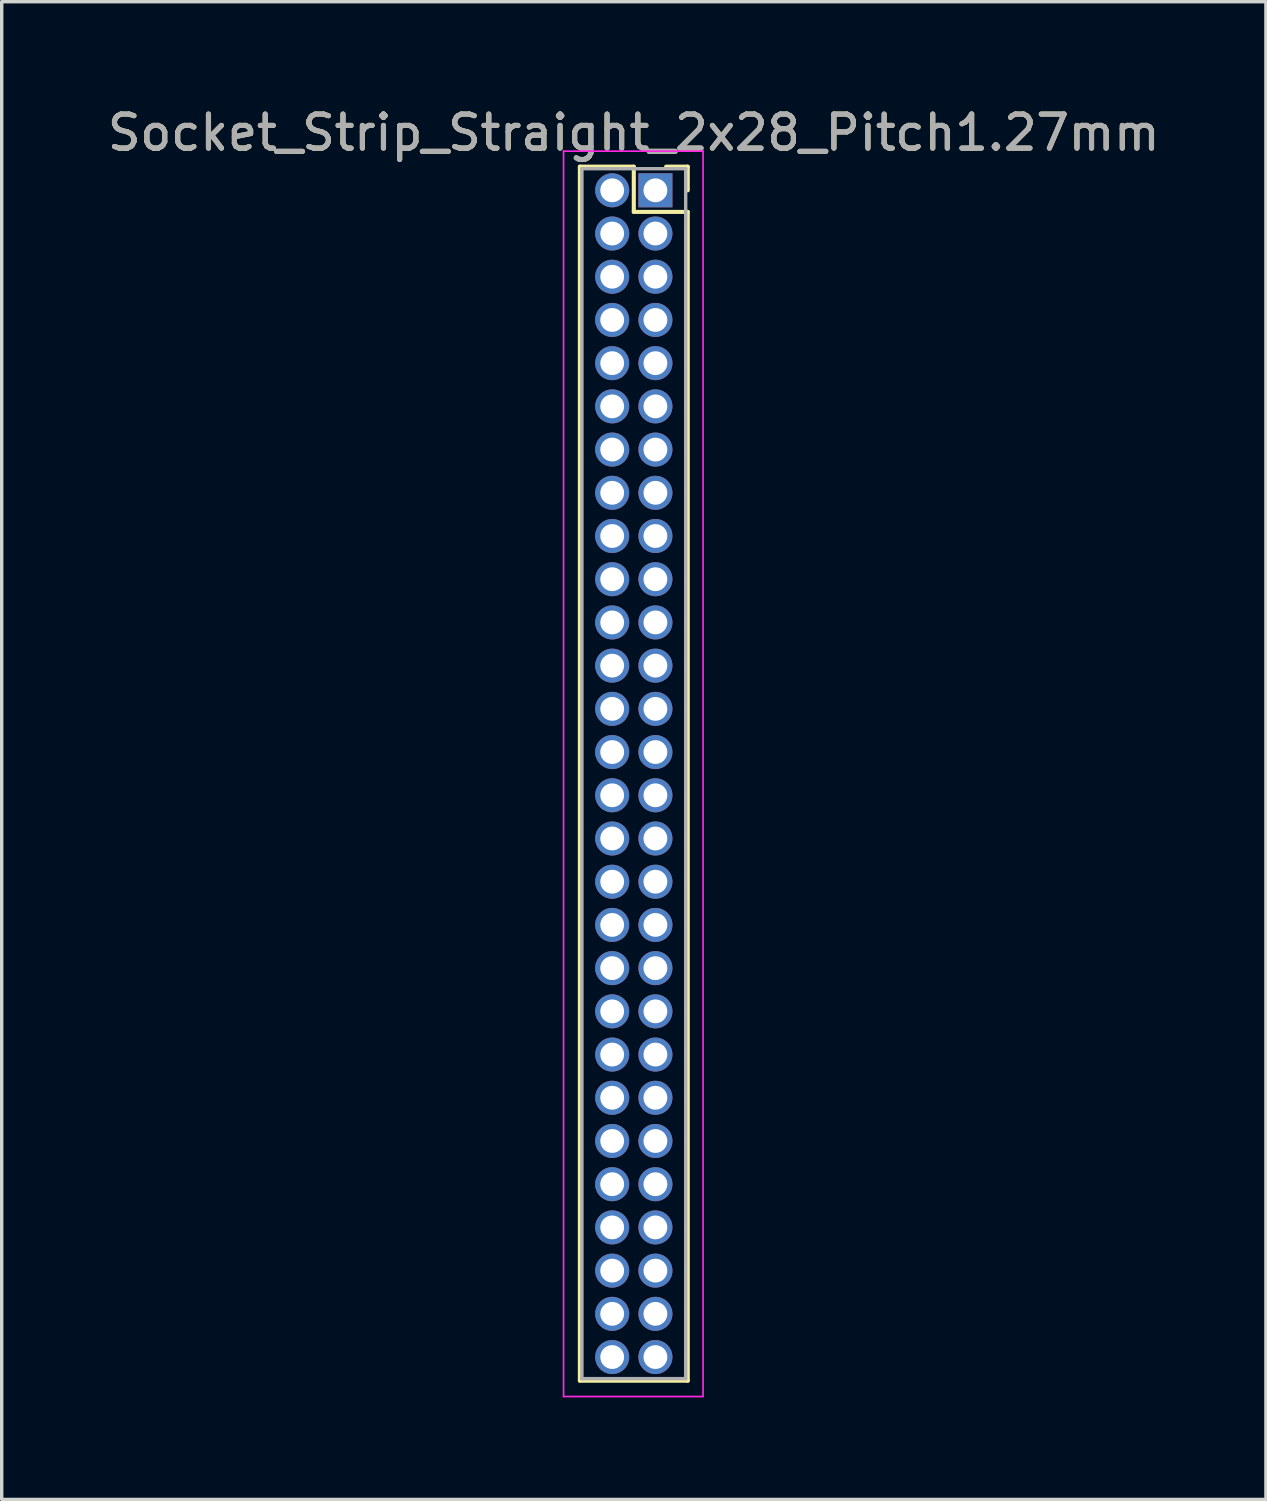
<source format=kicad_pcb>
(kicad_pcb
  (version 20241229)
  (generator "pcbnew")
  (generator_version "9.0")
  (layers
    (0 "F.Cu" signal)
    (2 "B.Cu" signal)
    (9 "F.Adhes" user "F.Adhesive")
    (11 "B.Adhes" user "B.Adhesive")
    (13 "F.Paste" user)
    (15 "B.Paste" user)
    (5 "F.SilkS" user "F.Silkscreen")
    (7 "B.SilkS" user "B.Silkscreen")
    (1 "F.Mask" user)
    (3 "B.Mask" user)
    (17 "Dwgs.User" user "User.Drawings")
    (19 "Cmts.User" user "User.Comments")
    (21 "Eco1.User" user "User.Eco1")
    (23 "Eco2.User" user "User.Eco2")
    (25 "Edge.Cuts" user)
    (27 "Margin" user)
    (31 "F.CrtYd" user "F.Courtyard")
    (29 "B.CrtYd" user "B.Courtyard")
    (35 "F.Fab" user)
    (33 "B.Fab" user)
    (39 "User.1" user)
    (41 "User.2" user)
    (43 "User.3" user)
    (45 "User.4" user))
  (footprint "Socket_Strip_Straight_2x28_Pitch1.27mm"
    (layer "F.Cu")
    (at 16.212 2.543)
    (property "Reference" "Socket_Strip_Straight_2x28_Pitch1.27mm" (at -0.635 -1.695 0) (layer "F.SilkS") (effects (font (size 1 1) (thickness 0.15))))
    (attr through_hole)
    (fp_line (start -2.22 -0.695) (end -0.635 -0.695) (stroke (width 0.12) (type solid)) (layer "F.SilkS"))
    (fp_line (start -2.22 34.985) (end -2.22 -0.695) (stroke (width 0.12) (type solid)) (layer "F.SilkS"))
    (fp_line (start -0.635 -0.695) (end -0.635 0.635) (stroke (width 0.12) (type solid)) (layer "F.SilkS"))
    (fp_line (start -0.635 0.635) (end 0.95 0.635) (stroke (width 0.12) (type solid)) (layer "F.SilkS"))
    (fp_line (start 0.95 -0.695) (end 0.315 -0.695) (stroke (width 0.12) (type solid)) (layer "F.SilkS"))
    (fp_line (start 0.95 0) (end 0.95 -0.695) (stroke (width 0.12) (type solid)) (layer "F.SilkS"))
    (fp_line (start 0.95 0.635) (end 0.95 34.985) (stroke (width 0.12) (type solid)) (layer "F.SilkS"))
    (fp_line (start 0.95 34.985) (end -2.22 34.985) (stroke (width 0.12) (type solid)) (layer "F.SilkS"))
    (fp_line (start -2.7 -1.15) (end -2.7 35.45) (stroke (width 0.05) (type solid)) (layer "F.CrtYd"))
    (fp_line (start -2.7 35.45) (end 1.4 35.45) (stroke (width 0.05) (type solid)) (layer "F.CrtYd"))
    (fp_line (start 1.4 -1.15) (end -2.7 -1.15) (stroke (width 0.05) (type solid)) (layer "F.CrtYd"))
    (fp_line (start 1.4 35.45) (end 1.4 -1.15) (stroke (width 0.05) (type solid)) (layer "F.CrtYd"))
    (fp_line (start -2.16 -0.635) (end -2.16 34.925) (stroke (width 0.1) (type solid)) (layer "F.Fab"))
    (fp_line (start -2.16 34.925) (end 0.89 34.925) (stroke (width 0.1) (type solid)) (layer "F.Fab"))
    (fp_line (start 0.89 -0.635) (end -2.16 -0.635) (stroke (width 0.1) (type solid)) (layer "F.Fab"))
    (fp_line (start 0.89 34.925) (end 0.89 -0.635) (stroke (width 0.1) (type solid)) (layer "F.Fab"))
    (fp_text user "${REFERENCE}" (at -0.635 -1.695 0) (layer "F.Fab") (effects (font (size 1 1) (thickness 0.15))))
    (pad "1" thru_hole rect (at 0 0) (size 1 1) (drill 0.7) (layers "*.Cu" "*.Mask"))
    (pad "2" thru_hole oval (at -1.27 0) (size 1 1) (drill 0.7) (layers "*.Cu" "*.Mask"))
    (pad "3" thru_hole oval (at 0 1.27) (size 1 1) (drill 0.7) (layers "*.Cu" "*.Mask"))
    (pad "4" thru_hole oval (at -1.27 1.27) (size 1 1) (drill 0.7) (layers "*.Cu" "*.Mask"))
    (pad "5" thru_hole oval (at 0 2.54) (size 1 1) (drill 0.7) (layers "*.Cu" "*.Mask"))
    (pad "6" thru_hole oval (at -1.27 2.54) (size 1 1) (drill 0.7) (layers "*.Cu" "*.Mask"))
    (pad "7" thru_hole oval (at 0 3.81) (size 1 1) (drill 0.7) (layers "*.Cu" "*.Mask"))
    (pad "8" thru_hole oval (at -1.27 3.81) (size 1 1) (drill 0.7) (layers "*.Cu" "*.Mask"))
    (pad "9" thru_hole oval (at 0 5.08) (size 1 1) (drill 0.7) (layers "*.Cu" "*.Mask"))
    (pad "10" thru_hole oval (at -1.27 5.08) (size 1 1) (drill 0.7) (layers "*.Cu" "*.Mask"))
    (pad "11" thru_hole oval (at 0 6.35) (size 1 1) (drill 0.7) (layers "*.Cu" "*.Mask"))
    (pad "12" thru_hole oval (at -1.27 6.35) (size 1 1) (drill 0.7) (layers "*.Cu" "*.Mask"))
    (pad "13" thru_hole oval (at 0 7.62) (size 1 1) (drill 0.7) (layers "*.Cu" "*.Mask"))
    (pad "14" thru_hole oval (at -1.27 7.62) (size 1 1) (drill 0.7) (layers "*.Cu" "*.Mask"))
    (pad "15" thru_hole oval (at 0 8.89) (size 1 1) (drill 0.7) (layers "*.Cu" "*.Mask"))
    (pad "16" thru_hole oval (at -1.27 8.89) (size 1 1) (drill 0.7) (layers "*.Cu" "*.Mask"))
    (pad "17" thru_hole oval (at 0 10.16) (size 1 1) (drill 0.7) (layers "*.Cu" "*.Mask"))
    (pad "18" thru_hole oval (at -1.27 10.16) (size 1 1) (drill 0.7) (layers "*.Cu" "*.Mask"))
    (pad "19" thru_hole oval (at 0 11.43) (size 1 1) (drill 0.7) (layers "*.Cu" "*.Mask"))
    (pad "20" thru_hole oval (at -1.27 11.43) (size 1 1) (drill 0.7) (layers "*.Cu" "*.Mask"))
    (pad "21" thru_hole oval (at 0 12.7) (size 1 1) (drill 0.7) (layers "*.Cu" "*.Mask"))
    (pad "22" thru_hole oval (at -1.27 12.7) (size 1 1) (drill 0.7) (layers "*.Cu" "*.Mask"))
    (pad "23" thru_hole oval (at 0 13.97) (size 1 1) (drill 0.7) (layers "*.Cu" "*.Mask"))
    (pad "24" thru_hole oval (at -1.27 13.97) (size 1 1) (drill 0.7) (layers "*.Cu" "*.Mask"))
    (pad "25" thru_hole oval (at 0 15.24) (size 1 1) (drill 0.7) (layers "*.Cu" "*.Mask"))
    (pad "26" thru_hole oval (at -1.27 15.24) (size 1 1) (drill 0.7) (layers "*.Cu" "*.Mask"))
    (pad "27" thru_hole oval (at 0 16.51) (size 1 1) (drill 0.7) (layers "*.Cu" "*.Mask"))
    (pad "28" thru_hole oval (at -1.27 16.51) (size 1 1) (drill 0.7) (layers "*.Cu" "*.Mask"))
    (pad "29" thru_hole oval (at 0 17.78) (size 1 1) (drill 0.7) (layers "*.Cu" "*.Mask"))
    (pad "30" thru_hole oval (at -1.27 17.78) (size 1 1) (drill 0.7) (layers "*.Cu" "*.Mask"))
    (pad "31" thru_hole oval (at 0 19.05) (size 1 1) (drill 0.7) (layers "*.Cu" "*.Mask"))
    (pad "32" thru_hole oval (at -1.27 19.05) (size 1 1) (drill 0.7) (layers "*.Cu" "*.Mask"))
    (pad "33" thru_hole oval (at 0 20.32) (size 1 1) (drill 0.7) (layers "*.Cu" "*.Mask"))
    (pad "34" thru_hole oval (at -1.27 20.32) (size 1 1) (drill 0.7) (layers "*.Cu" "*.Mask"))
    (pad "35" thru_hole oval (at 0 21.59) (size 1 1) (drill 0.7) (layers "*.Cu" "*.Mask"))
    (pad "36" thru_hole oval (at -1.27 21.59) (size 1 1) (drill 0.7) (layers "*.Cu" "*.Mask"))
    (pad "37" thru_hole oval (at 0 22.86) (size 1 1) (drill 0.7) (layers "*.Cu" "*.Mask"))
    (pad "38" thru_hole oval (at -1.27 22.86) (size 1 1) (drill 0.7) (layers "*.Cu" "*.Mask"))
    (pad "39" thru_hole oval (at 0 24.13) (size 1 1) (drill 0.7) (layers "*.Cu" "*.Mask"))
    (pad "40" thru_hole oval (at -1.27 24.13) (size 1 1) (drill 0.7) (layers "*.Cu" "*.Mask"))
    (pad "41" thru_hole oval (at 0 25.4) (size 1 1) (drill 0.7) (layers "*.Cu" "*.Mask"))
    (pad "42" thru_hole oval (at -1.27 25.4) (size 1 1) (drill 0.7) (layers "*.Cu" "*.Mask"))
    (pad "43" thru_hole oval (at 0 26.67) (size 1 1) (drill 0.7) (layers "*.Cu" "*.Mask"))
    (pad "44" thru_hole oval (at -1.27 26.67) (size 1 1) (drill 0.7) (layers "*.Cu" "*.Mask"))
    (pad "45" thru_hole oval (at 0 27.94) (size 1 1) (drill 0.7) (layers "*.Cu" "*.Mask"))
    (pad "46" thru_hole oval (at -1.27 27.94) (size 1 1) (drill 0.7) (layers "*.Cu" "*.Mask"))
    (pad "47" thru_hole oval (at 0 29.21) (size 1 1) (drill 0.7) (layers "*.Cu" "*.Mask"))
    (pad "48" thru_hole oval (at -1.27 29.21) (size 1 1) (drill 0.7) (layers "*.Cu" "*.Mask"))
    (pad "49" thru_hole oval (at 0 30.48) (size 1 1) (drill 0.7) (layers "*.Cu" "*.Mask"))
    (pad "50" thru_hole oval (at -1.27 30.48) (size 1 1) (drill 0.7) (layers "*.Cu" "*.Mask"))
    (pad "51" thru_hole oval (at 0 31.75) (size 1 1) (drill 0.7) (layers "*.Cu" "*.Mask"))
    (pad "52" thru_hole oval (at -1.27 31.75) (size 1 1) (drill 0.7) (layers "*.Cu" "*.Mask"))
    (pad "53" thru_hole oval (at 0 33.02) (size 1 1) (drill 0.7) (layers "*.Cu" "*.Mask"))
    (pad "54" thru_hole oval (at -1.27 33.02) (size 1 1) (drill 0.7) (layers "*.Cu" "*.Mask"))
    (pad "55" thru_hole oval (at 0 34.29) (size 1 1) (drill 0.7) (layers "*.Cu" "*.Mask"))
    (pad "56" thru_hole oval (at -1.27 34.29) (size 1 1) (drill 0.7) (layers "*.Cu" "*.Mask")))
  (gr_rect
    (start -3 -3)
    (end 34.155 41.018)
    (stroke (width 0.1) (type default))
    (fill no)
    (layer "Edge.Cuts")))
</source>
